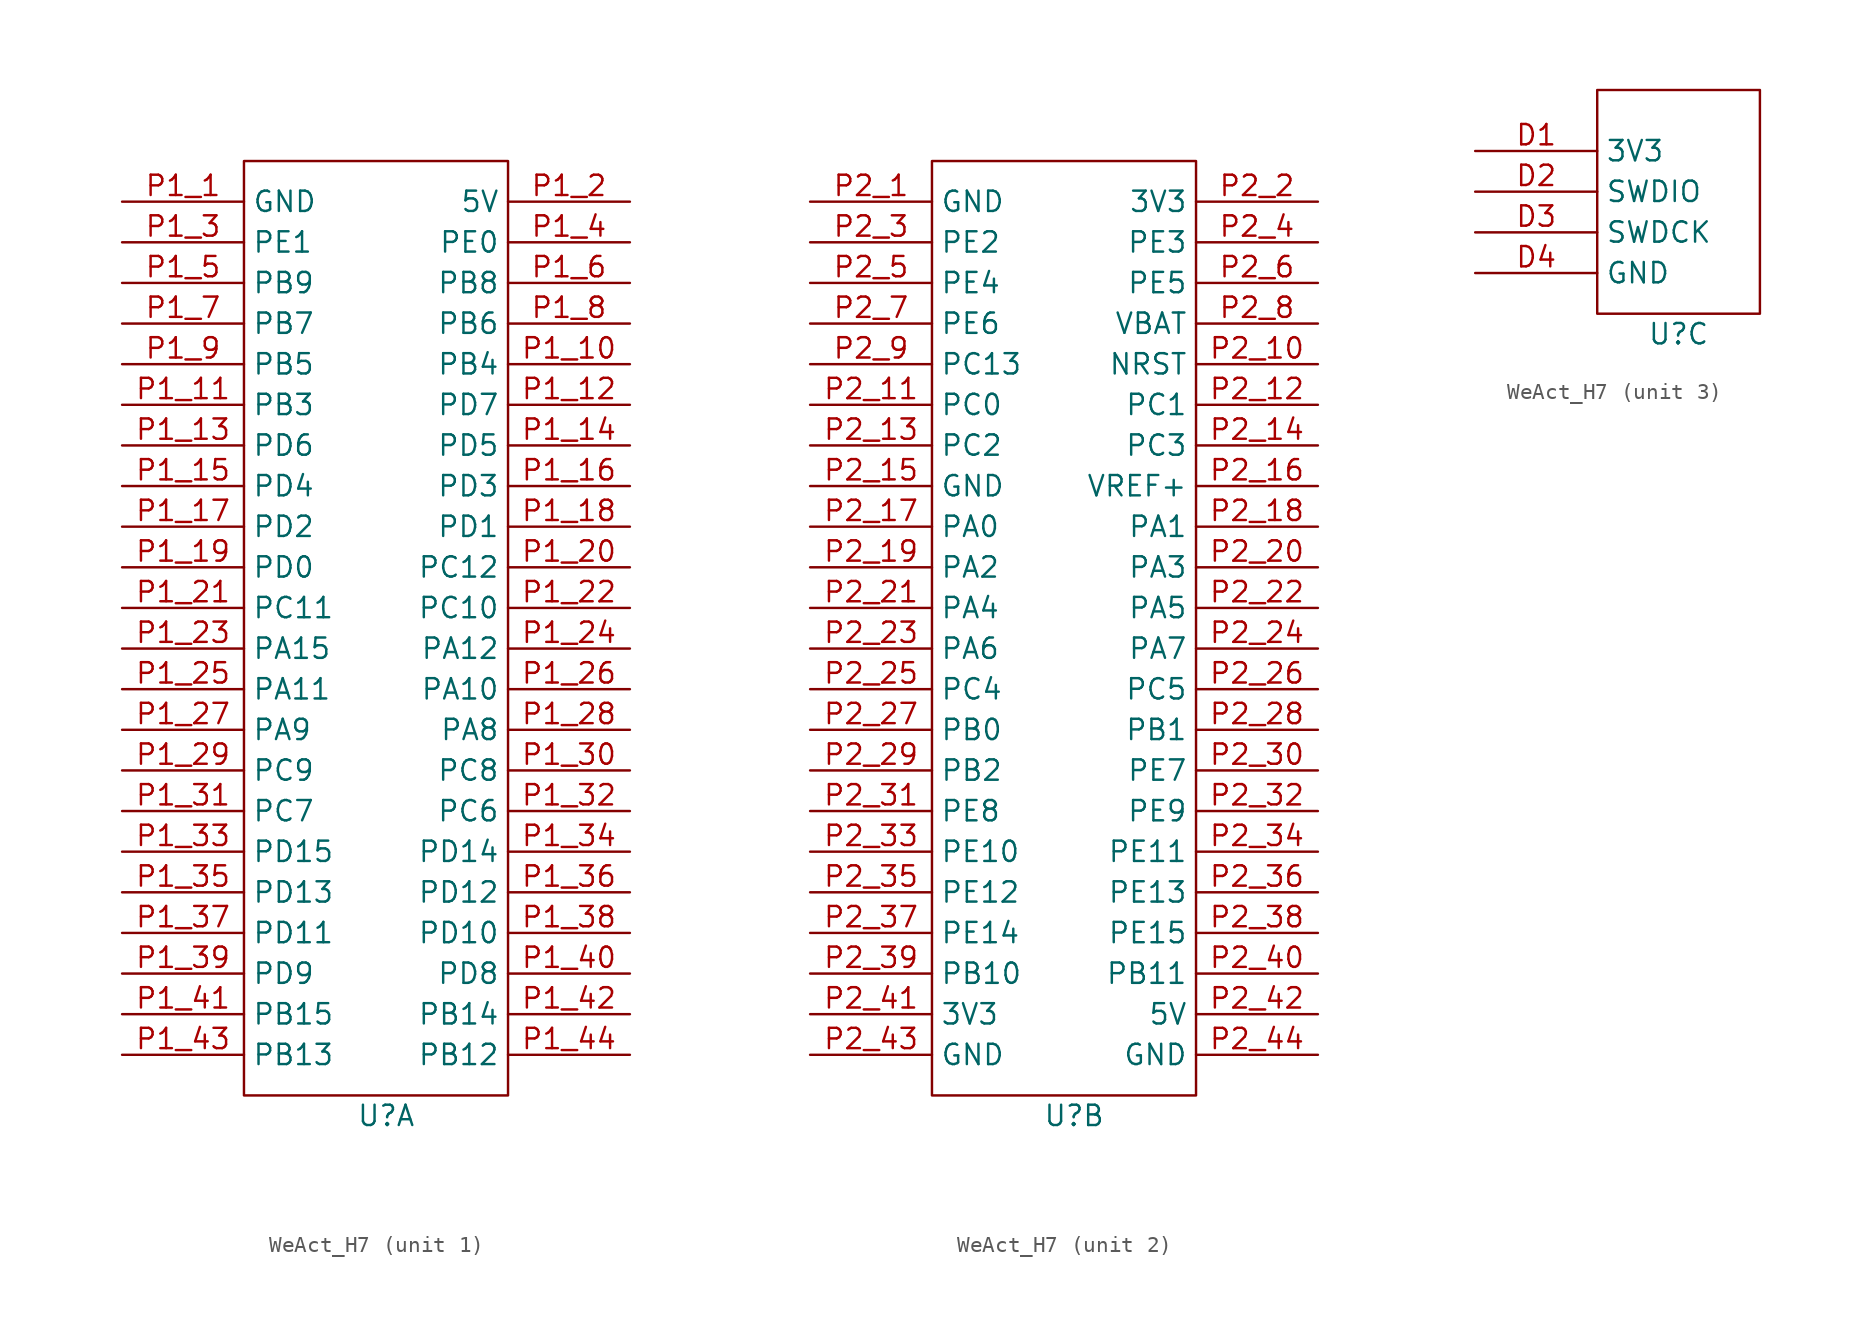
<source format=kicad_sym>
(kicad_symbol_lib
  (version 20241209)
  (generator "kicad_symbol_editor")
  (generator_version "9.0")
  (symbol "WeAct_H7"
    (property "Reference" "U"
      (at 0 0 0)
      (effects (font (size 1.27 1.27))))
    (property "Value" ""
      (at 0 0 0)
      (effects (font (size 1.27 1.27))))
    (property "ki_locked" ""
      (at 0 0 0)
      (effects (font (size 1.27 1.27))))
    (symbol "WeAct_H7_1_1"
      (rectangle (start -8.89 59.69) (end 7.62 1.27) (stroke (width 0) (type default)) (fill (type none)))
      (pin passive line (at -16.51 57.15 0) (length 7.62) (name "GND" (effects (font (size 1.27 1.27)))) (number "P1_1" (effects (font (size 1.27 1.27)))))
      (pin passive line (at -16.51 54.61 0) (length 7.62) (name "PE1" (effects (font (size 1.27 1.27)))) (number "P1_3" (effects (font (size 1.27 1.27)))))
      (pin passive line (at -16.51 52.07 0) (length 7.62) (name "PB9" (effects (font (size 1.27 1.27)))) (number "P1_5" (effects (font (size 1.27 1.27)))))
      (pin passive line (at -16.51 49.53 0) (length 7.62) (name "PB7" (effects (font (size 1.27 1.27)))) (number "P1_7" (effects (font (size 1.27 1.27)))))
      (pin passive line (at -16.51 46.99 0) (length 7.62) (name "PB5" (effects (font (size 1.27 1.27)))) (number "P1_9" (effects (font (size 1.27 1.27)))))
      (pin passive line (at -16.51 44.45 0) (length 7.62) (name "PB3" (effects (font (size 1.27 1.27)))) (number "P1_11" (effects (font (size 1.27 1.27)))))
      (pin passive line (at -16.51 41.91 0) (length 7.62) (name "PD6" (effects (font (size 1.27 1.27)))) (number "P1_13" (effects (font (size 1.27 1.27)))))
      (pin passive line (at -16.51 39.37 0) (length 7.62) (name "PD4" (effects (font (size 1.27 1.27)))) (number "P1_15" (effects (font (size 1.27 1.27)))))
      (pin passive line (at -16.51 36.83 0) (length 7.62) (name "PD2" (effects (font (size 1.27 1.27)))) (number "P1_17" (effects (font (size 1.27 1.27)))))
      (pin passive line (at -16.51 34.29 0) (length 7.62) (name "PD0" (effects (font (size 1.27 1.27)))) (number "P1_19" (effects (font (size 1.27 1.27)))))
      (pin passive line (at -16.51 31.75 0) (length 7.62) (name "PC11" (effects (font (size 1.27 1.27)))) (number "P1_21" (effects (font (size 1.27 1.27)))))
      (pin passive line (at -16.51 29.21 0) (length 7.62) (name "PA15" (effects (font (size 1.27 1.27)))) (number "P1_23" (effects (font (size 1.27 1.27)))))
      (pin passive line (at -16.51 26.67 0) (length 7.62) (name "PA11" (effects (font (size 1.27 1.27)))) (number "P1_25" (effects (font (size 1.27 1.27)))))
      (pin passive line (at -16.51 24.13 0) (length 7.62) (name "PA9" (effects (font (size 1.27 1.27)))) (number "P1_27" (effects (font (size 1.27 1.27)))))
      (pin passive line (at -16.51 21.59 0) (length 7.62) (name "PC9" (effects (font (size 1.27 1.27)))) (number "P1_29" (effects (font (size 1.27 1.27)))))
      (pin passive line (at -16.51 19.05 0) (length 7.62) (name "PC7" (effects (font (size 1.27 1.27)))) (number "P1_31" (effects (font (size 1.27 1.27)))))
      (pin passive line (at -16.51 16.51 0) (length 7.62) (name "PD15" (effects (font (size 1.27 1.27)))) (number "P1_33" (effects (font (size 1.27 1.27)))))
      (pin passive line (at -16.51 13.97 0) (length 7.62) (name "PD13" (effects (font (size 1.27 1.27)))) (number "P1_35" (effects (font (size 1.27 1.27)))))
      (pin passive line (at -16.51 11.43 0) (length 7.62) (name "PD11" (effects (font (size 1.27 1.27)))) (number "P1_37" (effects (font (size 1.27 1.27)))))
      (pin passive line (at -16.51 8.89 0) (length 7.62) (name "PD9" (effects (font (size 1.27 1.27)))) (number "P1_39" (effects (font (size 1.27 1.27)))))
      (pin passive line (at -16.51 6.35 0) (length 7.62) (name "PB15" (effects (font (size 1.27 1.27)))) (number "P1_41" (effects (font (size 1.27 1.27)))))
      (pin passive line (at -16.51 3.81 0) (length 7.62) (name "PB13" (effects (font (size 1.27 1.27)))) (number "P1_43" (effects (font (size 1.27 1.27)))))
      (pin passive line (at 15.24 57.15 180) (length 7.62) (name "5V" (effects (font (size 1.27 1.27)))) (number "P1_2" (effects (font (size 1.27 1.27)))))
      (pin passive line (at 15.24 54.61 180) (length 7.62) (name "PE0" (effects (font (size 1.27 1.27)))) (number "P1_4" (effects (font (size 1.27 1.27)))))
      (pin passive line (at 15.24 52.07 180) (length 7.62) (name "PB8" (effects (font (size 1.27 1.27)))) (number "P1_6" (effects (font (size 1.27 1.27)))))
      (pin passive line (at 15.24 49.53 180) (length 7.62) (name "PB6" (effects (font (size 1.27 1.27)))) (number "P1_8" (effects (font (size 1.27 1.27)))))
      (pin passive line (at 15.24 46.99 180) (length 7.62) (name "PB4" (effects (font (size 1.27 1.27)))) (number "P1_10" (effects (font (size 1.27 1.27)))))
      (pin passive line (at 15.24 44.45 180) (length 7.62) (name "PD7" (effects (font (size 1.27 1.27)))) (number "P1_12" (effects (font (size 1.27 1.27)))))
      (pin passive line (at 15.24 41.91 180) (length 7.62) (name "PD5" (effects (font (size 1.27 1.27)))) (number "P1_14" (effects (font (size 1.27 1.27)))))
      (pin passive line (at 15.24 39.37 180) (length 7.62) (name "PD3" (effects (font (size 1.27 1.27)))) (number "P1_16" (effects (font (size 1.27 1.27)))))
      (pin passive line (at 15.24 36.83 180) (length 7.62) (name "PD1" (effects (font (size 1.27 1.27)))) (number "P1_18" (effects (font (size 1.27 1.27)))))
      (pin passive line (at 15.24 34.29 180) (length 7.62) (name "PC12" (effects (font (size 1.27 1.27)))) (number "P1_20" (effects (font (size 1.27 1.27)))))
      (pin passive line (at 15.24 31.75 180) (length 7.62) (name "PC10" (effects (font (size 1.27 1.27)))) (number "P1_22" (effects (font (size 1.27 1.27)))))
      (pin passive line (at 15.24 29.21 180) (length 7.62) (name "PA12" (effects (font (size 1.27 1.27)))) (number "P1_24" (effects (font (size 1.27 1.27)))))
      (pin passive line (at 15.24 26.67 180) (length 7.62) (name "PA10" (effects (font (size 1.27 1.27)))) (number "P1_26" (effects (font (size 1.27 1.27)))))
      (pin passive line (at 15.24 24.13 180) (length 7.62) (name "PA8" (effects (font (size 1.27 1.27)))) (number "P1_28" (effects (font (size 1.27 1.27)))))
      (pin passive line (at 15.24 21.59 180) (length 7.62) (name "PC8" (effects (font (size 1.27 1.27)))) (number "P1_30" (effects (font (size 1.27 1.27)))))
      (pin passive line (at 15.24 19.05 180) (length 7.62) (name "PC6" (effects (font (size 1.27 1.27)))) (number "P1_32" (effects (font (size 1.27 1.27)))))
      (pin passive line (at 15.24 16.51 180) (length 7.62) (name "PD14" (effects (font (size 1.27 1.27)))) (number "P1_34" (effects (font (size 1.27 1.27)))))
      (pin passive line (at 15.24 13.97 180) (length 7.62) (name "PD12" (effects (font (size 1.27 1.27)))) (number "P1_36" (effects (font (size 1.27 1.27)))))
      (pin passive line (at 15.24 11.43 180) (length 7.62) (name "PD10" (effects (font (size 1.27 1.27)))) (number "P1_38" (effects (font (size 1.27 1.27)))))
      (pin passive line (at 15.24 8.89 180) (length 7.62) (name "PD8" (effects (font (size 1.27 1.27)))) (number "P1_40" (effects (font (size 1.27 1.27)))))
      (pin passive line (at 15.24 6.35 180) (length 7.62) (name "PB14" (effects (font (size 1.27 1.27)))) (number "P1_42" (effects (font (size 1.27 1.27)))))
      (pin passive line (at 15.24 3.81 180) (length 7.62) (name "PB12" (effects (font (size 1.27 1.27)))) (number "P1_44" (effects (font (size 1.27 1.27))))))
    (symbol "WeAct_H7_2_1"
      (rectangle (start -8.89 59.69) (end 7.62 1.27) (stroke (width 0) (type default)) (fill (type none)))
      (pin passive line (at -16.51 57.15 0) (length 7.62) (name "GND" (effects (font (size 1.27 1.27)))) (number "P2_1" (effects (font (size 1.27 1.27)))))
      (pin passive line (at -16.51 54.61 0) (length 7.62) (name "PE2" (effects (font (size 1.27 1.27)))) (number "P2_3" (effects (font (size 1.27 1.27)))))
      (pin passive line (at -16.51 52.07 0) (length 7.62) (name "PE4" (effects (font (size 1.27 1.27)))) (number "P2_5" (effects (font (size 1.27 1.27)))))
      (pin passive line (at -16.51 49.53 0) (length 7.62) (name "PE6" (effects (font (size 1.27 1.27)))) (number "P2_7" (effects (font (size 1.27 1.27)))))
      (pin passive line (at -16.51 46.99 0) (length 7.62) (name "PC13" (effects (font (size 1.27 1.27)))) (number "P2_9" (effects (font (size 1.27 1.27)))))
      (pin passive line (at -16.51 44.45 0) (length 7.62) (name "PC0" (effects (font (size 1.27 1.27)))) (number "P2_11" (effects (font (size 1.27 1.27)))))
      (pin passive line (at -16.51 41.91 0) (length 7.62) (name "PC2" (effects (font (size 1.27 1.27)))) (number "P2_13" (effects (font (size 1.27 1.27)))))
      (pin passive line (at -16.51 39.37 0) (length 7.62) (name "GND" (effects (font (size 1.27 1.27)))) (number "P2_15" (effects (font (size 1.27 1.27)))))
      (pin passive line (at -16.51 36.83 0) (length 7.62) (name "PA0" (effects (font (size 1.27 1.27)))) (number "P2_17" (effects (font (size 1.27 1.27)))))
      (pin passive line (at -16.51 34.29 0) (length 7.62) (name "PA2" (effects (font (size 1.27 1.27)))) (number "P2_19" (effects (font (size 1.27 1.27)))))
      (pin passive line (at -16.51 31.75 0) (length 7.62) (name "PA4" (effects (font (size 1.27 1.27)))) (number "P2_21" (effects (font (size 1.27 1.27)))))
      (pin passive line (at -16.51 29.21 0) (length 7.62) (name "PA6" (effects (font (size 1.27 1.27)))) (number "P2_23" (effects (font (size 1.27 1.27)))))
      (pin passive line (at -16.51 26.67 0) (length 7.62) (name "PC4" (effects (font (size 1.27 1.27)))) (number "P2_25" (effects (font (size 1.27 1.27)))))
      (pin passive line (at -16.51 24.13 0) (length 7.62) (name "PB0" (effects (font (size 1.27 1.27)))) (number "P2_27" (effects (font (size 1.27 1.27)))))
      (pin passive line (at -16.51 21.59 0) (length 7.62) (name "PB2" (effects (font (size 1.27 1.27)))) (number "P2_29" (effects (font (size 1.27 1.27)))))
      (pin passive line (at -16.51 19.05 0) (length 7.62) (name "PE8" (effects (font (size 1.27 1.27)))) (number "P2_31" (effects (font (size 1.27 1.27)))))
      (pin passive line (at -16.51 16.51 0) (length 7.62) (name "PE10" (effects (font (size 1.27 1.27)))) (number "P2_33" (effects (font (size 1.27 1.27)))))
      (pin passive line (at -16.51 13.97 0) (length 7.62) (name "PE12" (effects (font (size 1.27 1.27)))) (number "P2_35" (effects (font (size 1.27 1.27)))))
      (pin passive line (at -16.51 11.43 0) (length 7.62) (name "PE14" (effects (font (size 1.27 1.27)))) (number "P2_37" (effects (font (size 1.27 1.27)))))
      (pin passive line (at -16.51 8.89 0) (length 7.62) (name "PB10" (effects (font (size 1.27 1.27)))) (number "P2_39" (effects (font (size 1.27 1.27)))))
      (pin passive line (at -16.51 6.35 0) (length 7.62) (name "3V3" (effects (font (size 1.27 1.27)))) (number "P2_41" (effects (font (size 1.27 1.27)))))
      (pin passive line (at -16.51 3.81 0) (length 7.62) (name "GND" (effects (font (size 1.27 1.27)))) (number "P2_43" (effects (font (size 1.27 1.27)))))
      (pin passive line (at 15.24 57.15 180) (length 7.62) (name "3V3" (effects (font (size 1.27 1.27)))) (number "P2_2" (effects (font (size 1.27 1.27)))))
      (pin passive line (at 15.24 54.61 180) (length 7.62) (name "PE3" (effects (font (size 1.27 1.27)))) (number "P2_4" (effects (font (size 1.27 1.27)))))
      (pin passive line (at 15.24 52.07 180) (length 7.62) (name "PE5" (effects (font (size 1.27 1.27)))) (number "P2_6" (effects (font (size 1.27 1.27)))))
      (pin passive line (at 15.24 49.53 180) (length 7.62) (name "VBAT" (effects (font (size 1.27 1.27)))) (number "P2_8" (effects (font (size 1.27 1.27)))))
      (pin passive line (at 15.24 46.99 180) (length 7.62) (name "NRST" (effects (font (size 1.27 1.27)))) (number "P2_10" (effects (font (size 1.27 1.27)))))
      (pin passive line (at 15.24 44.45 180) (length 7.62) (name "PC1" (effects (font (size 1.27 1.27)))) (number "P2_12" (effects (font (size 1.27 1.27)))))
      (pin passive line (at 15.24 41.91 180) (length 7.62) (name "PC3" (effects (font (size 1.27 1.27)))) (number "P2_14" (effects (font (size 1.27 1.27)))))
      (pin passive line (at 15.24 39.37 180) (length 7.62) (name "VREF+" (effects (font (size 1.27 1.27)))) (number "P2_16" (effects (font (size 1.27 1.27)))))
      (pin passive line (at 15.24 36.83 180) (length 7.62) (name "PA1" (effects (font (size 1.27 1.27)))) (number "P2_18" (effects (font (size 1.27 1.27)))))
      (pin passive line (at 15.24 34.29 180) (length 7.62) (name "PA3" (effects (font (size 1.27 1.27)))) (number "P2_20" (effects (font (size 1.27 1.27)))))
      (pin passive line (at 15.24 31.75 180) (length 7.62) (name "PA5" (effects (font (size 1.27 1.27)))) (number "P2_22" (effects (font (size 1.27 1.27)))))
      (pin passive line (at 15.24 29.21 180) (length 7.62) (name "PA7" (effects (font (size 1.27 1.27)))) (number "P2_24" (effects (font (size 1.27 1.27)))))
      (pin passive line (at 15.24 26.67 180) (length 7.62) (name "PC5" (effects (font (size 1.27 1.27)))) (number "P2_26" (effects (font (size 1.27 1.27)))))
      (pin passive line (at 15.24 24.13 180) (length 7.62) (name "PB1" (effects (font (size 1.27 1.27)))) (number "P2_28" (effects (font (size 1.27 1.27)))))
      (pin passive line (at 15.24 21.59 180) (length 7.62) (name "PE7" (effects (font (size 1.27 1.27)))) (number "P2_30" (effects (font (size 1.27 1.27)))))
      (pin passive line (at 15.24 19.05 180) (length 7.62) (name "PE9" (effects (font (size 1.27 1.27)))) (number "P2_32" (effects (font (size 1.27 1.27)))))
      (pin passive line (at 15.24 16.51 180) (length 7.62) (name "PE11" (effects (font (size 1.27 1.27)))) (number "P2_34" (effects (font (size 1.27 1.27)))))
      (pin passive line (at 15.24 13.97 180) (length 7.62) (name "PE13" (effects (font (size 1.27 1.27)))) (number "P2_36" (effects (font (size 1.27 1.27)))))
      (pin passive line (at 15.24 11.43 180) (length 7.62) (name "PE15" (effects (font (size 1.27 1.27)))) (number "P2_38" (effects (font (size 1.27 1.27)))))
      (pin passive line (at 15.24 8.89 180) (length 7.62) (name "PB11" (effects (font (size 1.27 1.27)))) (number "P2_40" (effects (font (size 1.27 1.27)))))
      (pin passive line (at 15.24 6.35 180) (length 7.62) (name "5V" (effects (font (size 1.27 1.27)))) (number "P2_42" (effects (font (size 1.27 1.27)))))
      (pin passive line (at 15.24 3.81 180) (length 7.62) (name "GND" (effects (font (size 1.27 1.27)))) (number "P2_44" (effects (font (size 1.27 1.27))))))
    (symbol "WeAct_H7_3_1"
      (rectangle (start -5.08 15.24) (end 5.08 1.27) (stroke (width 0) (type default)) (fill (type none)))
      (pin passive line (at -12.7 11.43 0) (length 7.62) (name "3V3" (effects (font (size 1.27 1.27)))) (number "D1" (effects (font (size 1.27 1.27)))))
      (pin passive line (at -12.7 8.89 0) (length 7.62) (name "SWDIO" (effects (font (size 1.27 1.27)))) (number "D2" (effects (font (size 1.27 1.27)))))
      (pin passive line (at -12.7 6.35 0) (length 7.62) (name "SWDCK" (effects (font (size 1.27 1.27)))) (number "D3" (effects (font (size 1.27 1.27)))))
      (pin passive line (at -12.7 3.81 0) (length 7.62) (name "GND" (effects (font (size 1.27 1.27)))) (number "D4" (effects (font (size 1.27 1.27))))))))
</source>
